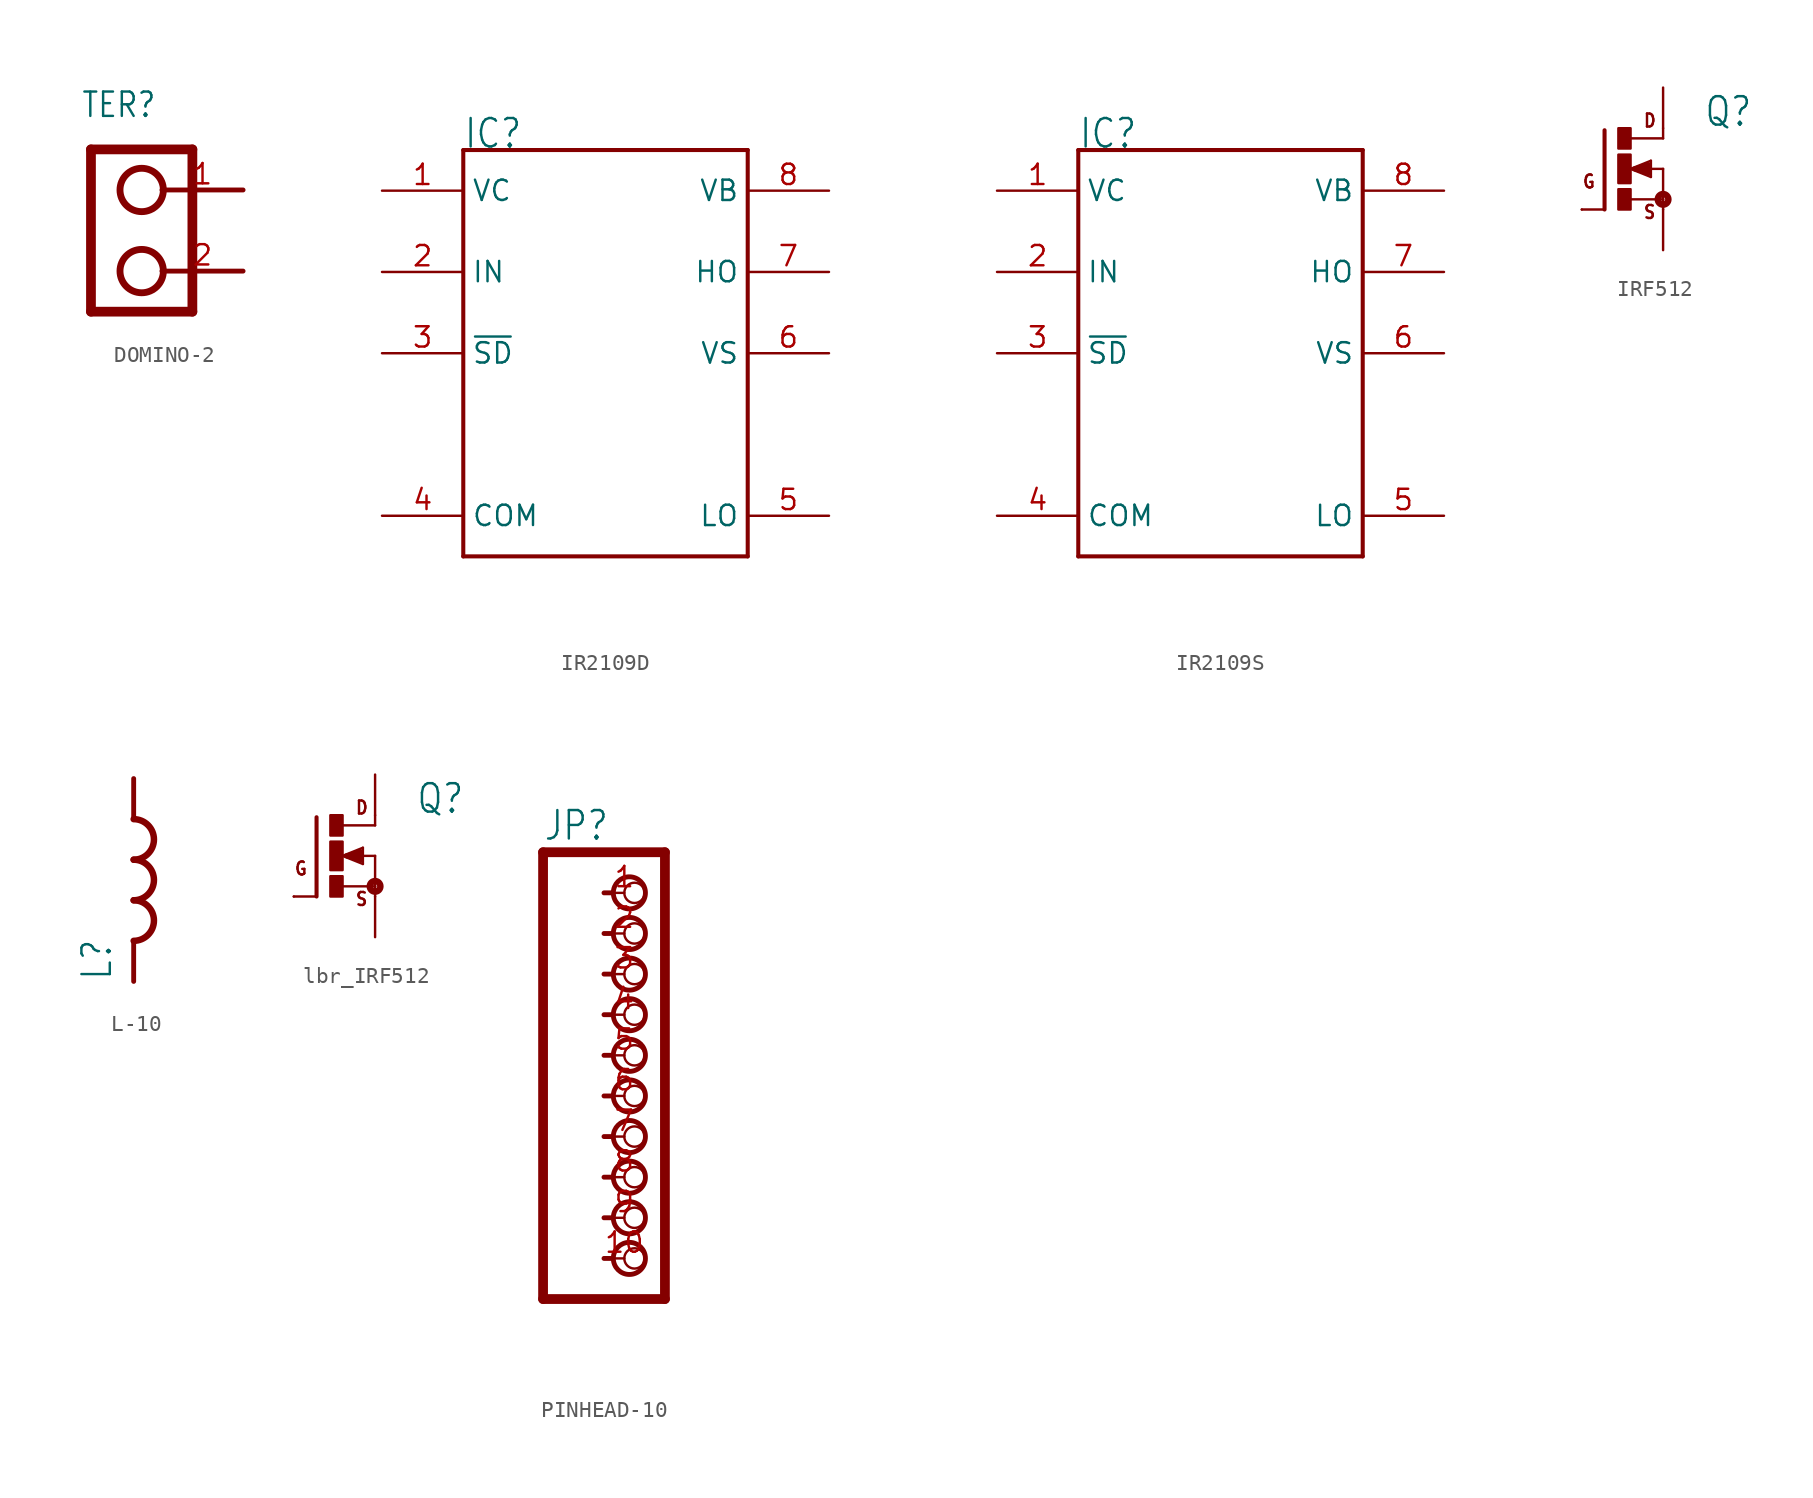
<source format=kicad_sym>
(kicad_symbol_lib
  (version 20220914)
  (generator kicad_symbol_editor)
  (symbol "DOMINO-2"
    (property "Reference" "TER"
      (at -2.54 6.985 0)
      (effects (font (size 1.524 1.295)) (justify left bottom)))
    (property "ki_locked" ""
      (at 0 0 0)
      (effects (font (size 1.27 1.27))))
    (symbol "DOMINO-2_1_0"
      (polyline (pts (xy -1.905 -5.08) (xy -1.905 5.08)) (stroke (width 0.61) (type solid)) (fill (type none)))
      (polyline (pts (xy -1.905 5.08) (xy 4.445 5.08)) (stroke (width 0.61) (type solid)) (fill (type none)))
      (polyline (pts (xy 4.445 -5.08) (xy -1.905 -5.08)) (stroke (width 0.61) (type solid)) (fill (type none)))
      (polyline (pts (xy 4.445 5.08) (xy 4.445 -5.08)) (stroke (width 0.61) (type solid)) (fill (type none)))
      (polyline (pts (xy 7.62 -2.54) (xy 2.54 -2.54)) (stroke (width 0.305) (type solid)) (fill (type none)))
      (polyline (pts (xy 7.62 2.54) (xy 2.54 2.54)) (stroke (width 0.305) (type solid)) (fill (type none)))
      (circle (center 1.27 -2.54) (radius 1.27) (stroke (width 0.254) (type solid)) (fill (type none)))
      (circle (center 1.27 -2.54) (radius 1.42) (stroke (width 0.305) (type solid)) (fill (type none)))
      (circle (center 1.27 2.54) (radius 1.27) (stroke (width 0.254) (type solid)) (fill (type none)))
      (circle (center 1.27 2.54) (radius 1.42) (stroke (width 0.305) (type solid)) (fill (type none)))
      (pin bidirectional line (at 7.62 2.54 180) (length 5.08) (name "1" (effects (font (size 0 0)))) (number "1" (effects (font (size 1.27 1.27)))))
      (pin bidirectional line (at 7.62 -2.54 180) (length 5.08) (name "2" (effects (font (size 0 0)))) (number "2" (effects (font (size 1.27 1.27)))))))
  (symbol "IR2109D"
    (property "Reference" "IC"
      (at -7.62 12.7 0)
      (effects (font (size 1.778 1.511)) (justify left bottom)))
    (property "Value" ""
      (at -7.62 -15.24 0)
      (effects (font (size 1.778 1.511)) (justify left bottom)))
    (property "ki_locked" ""
      (at 0 0 0)
      (effects (font (size 1.27 1.27))))
    (symbol "IR2109D_1_0"
      (polyline (pts (xy -7.62 -12.7) (xy -7.62 12.7)) (stroke (width 0.254) (type solid)) (fill (type none)))
      (polyline (pts (xy -7.62 12.7) (xy 10.16 12.7)) (stroke (width 0.254) (type solid)) (fill (type none)))
      (polyline (pts (xy 10.16 -12.7) (xy -7.62 -12.7)) (stroke (width 0.254) (type solid)) (fill (type none)))
      (polyline (pts (xy 10.16 12.7) (xy 10.16 -12.7)) (stroke (width 0.254) (type solid)) (fill (type none)))
      (pin power_in line (at -12.7 10.16 0) (length 5.08) (name "VC" (effects (font (size 1.27 1.27)))) (number "1" (effects (font (size 1.27 1.27)))))
      (pin input line (at -12.7 5.08 0) (length 5.08) (name "IN" (effects (font (size 1.27 1.27)))) (number "2" (effects (font (size 1.27 1.27)))))
      (pin input line (at -12.7 0 0) (length 5.08) (name "~{SD}" (effects (font (size 1.27 1.27)))) (number "3" (effects (font (size 1.27 1.27)))))
      (pin power_in line (at -12.7 -10.16 0) (length 5.08) (name "COM" (effects (font (size 1.27 1.27)))) (number "4" (effects (font (size 1.27 1.27)))))
      (pin output line (at 15.24 -10.16 180) (length 5.08) (name "LO" (effects (font (size 1.27 1.27)))) (number "5" (effects (font (size 1.27 1.27)))))
      (pin power_in line (at 15.24 0 180) (length 5.08) (name "VS" (effects (font (size 1.27 1.27)))) (number "6" (effects (font (size 1.27 1.27)))))
      (pin output line (at 15.24 5.08 180) (length 5.08) (name "HO" (effects (font (size 1.27 1.27)))) (number "7" (effects (font (size 1.27 1.27)))))
      (pin power_in line (at 15.24 10.16 180) (length 5.08) (name "VB" (effects (font (size 1.27 1.27)))) (number "8" (effects (font (size 1.27 1.27)))))))
  (symbol "IR2109S"
    (property "Reference" "IC"
      (at -7.62 12.7 0)
      (effects (font (size 1.778 1.511)) (justify left bottom)))
    (property "Value" ""
      (at -7.62 -15.24 0)
      (effects (font (size 1.778 1.511)) (justify left bottom)))
    (property "ki_locked" ""
      (at 0 0 0)
      (effects (font (size 1.27 1.27))))
    (symbol "IR2109S_1_0"
      (polyline (pts (xy -7.62 -12.7) (xy -7.62 12.7)) (stroke (width 0.254) (type solid)) (fill (type none)))
      (polyline (pts (xy -7.62 12.7) (xy 10.16 12.7)) (stroke (width 0.254) (type solid)) (fill (type none)))
      (polyline (pts (xy 10.16 -12.7) (xy -7.62 -12.7)) (stroke (width 0.254) (type solid)) (fill (type none)))
      (polyline (pts (xy 10.16 12.7) (xy 10.16 -12.7)) (stroke (width 0.254) (type solid)) (fill (type none)))
      (pin power_in line (at -12.7 10.16 0) (length 5.08) (name "VC" (effects (font (size 1.27 1.27)))) (number "1" (effects (font (size 1.27 1.27)))))
      (pin input line (at -12.7 5.08 0) (length 5.08) (name "IN" (effects (font (size 1.27 1.27)))) (number "2" (effects (font (size 1.27 1.27)))))
      (pin input line (at -12.7 0 0) (length 5.08) (name "~{SD}" (effects (font (size 1.27 1.27)))) (number "3" (effects (font (size 1.27 1.27)))))
      (pin power_in line (at -12.7 -10.16 0) (length 5.08) (name "COM" (effects (font (size 1.27 1.27)))) (number "4" (effects (font (size 1.27 1.27)))))
      (pin output line (at 15.24 -10.16 180) (length 5.08) (name "LO" (effects (font (size 1.27 1.27)))) (number "5" (effects (font (size 1.27 1.27)))))
      (pin power_in line (at 15.24 0 180) (length 5.08) (name "VS" (effects (font (size 1.27 1.27)))) (number "6" (effects (font (size 1.27 1.27)))))
      (pin output line (at 15.24 5.08 180) (length 5.08) (name "HO" (effects (font (size 1.27 1.27)))) (number "7" (effects (font (size 1.27 1.27)))))
      (pin power_in line (at 15.24 10.16 180) (length 5.08) (name "VB" (effects (font (size 1.27 1.27)))) (number "8" (effects (font (size 1.27 1.27)))))))
  (symbol "IRF512"
    (property "Reference" "Q"
      (at 5.08 2.54 0)
      (effects (font (size 1.778 1.511)) (justify left bottom)))
    (property "Value" ""
      (at 5.08 0 0)
      (effects (font (size 1.778 1.511)) (justify left bottom)))
    (property "ki_locked" ""
      (at 0 0 0)
      (effects (font (size 1.27 1.27))))
    (symbol "IRF512_1_0"
      (rectangle (start -0.254 -2.54) (end 0.508 -1.27) (stroke (width 0) (type default)) (fill (type outline)))
      (rectangle (start -0.254 -0.889) (end 0.508 0.889) (stroke (width 0) (type default)) (fill (type outline)))
      (rectangle (start -0.254 1.27) (end 0.508 2.54) (stroke (width 0) (type default)) (fill (type outline)))
      (polyline (pts (xy -1.118 -2.54) (xy -2.54 -2.54)) (stroke (width 0.152) (type solid)) (fill (type none)))
      (polyline (pts (xy -1.118 2.413) (xy -1.118 -2.54)) (stroke (width 0.254) (type solid)) (fill (type none)))
      (polyline (pts (xy 0.508 -1.905) (xy 2.54 -1.905)) (stroke (width 0.152) (type solid)) (fill (type none)))
      (polyline (pts (xy 0.508 0) (xy 1.778 -0.508)) (stroke (width 0.152) (type solid)) (fill (type none)))
      (polyline (pts (xy 0.762 0) (xy 1.651 -0.254)) (stroke (width 0.305) (type solid)) (fill (type none)))
      (polyline (pts (xy 1.651 -0.254) (xy 1.651 0)) (stroke (width 0.305) (type solid)) (fill (type none)))
      (polyline (pts (xy 1.651 0) (xy 1.397 0)) (stroke (width 0.305) (type solid)) (fill (type none)))
      (polyline (pts (xy 1.651 0) (xy 2.54 0)) (stroke (width 0.152) (type solid)) (fill (type none)))
      (polyline (pts (xy 1.651 0.254) (xy 0.762 0)) (stroke (width 0.305) (type solid)) (fill (type none)))
      (polyline (pts (xy 1.778 -0.508) (xy 1.778 0.508)) (stroke (width 0.152) (type solid)) (fill (type none)))
      (polyline (pts (xy 1.778 0.508) (xy 0.508 0)) (stroke (width 0.152) (type solid)) (fill (type none)))
      (polyline (pts (xy 2.54 -1.905) (xy 2.54 -2.54)) (stroke (width 0.152) (type solid)) (fill (type none)))
      (polyline (pts (xy 2.54 0) (xy 2.54 -1.905)) (stroke (width 0.152) (type solid)) (fill (type none)))
      (polyline (pts (xy 2.54 1.905) (xy 0.533 1.905)) (stroke (width 0.152) (type solid)) (fill (type none)))
      (polyline (pts (xy 2.54 2.54) (xy 2.54 1.905)) (stroke (width 0.152) (type solid)) (fill (type none)))
      (circle (center 2.54 -1.905) (radius 0.127) (stroke (width 0.406) (type solid)) (fill (type none)))
      (text "D" (at 1.27 2.54 0) (effects (font (size 0.813 0.691)) (justify left bottom)))
      (text "G" (at -2.54 -1.27 0) (effects (font (size 0.813 0.691)) (justify left bottom)))
      (text "S" (at 1.27 -3.175 0) (effects (font (size 0.813 0.691)) (justify left bottom)))
      (pin passive line (at 2.54 5.08 270) (length 2.54) (name "D" (effects (font (size 0 0)))) (number "D" (effects (font (size 0 0)))))
      (pin passive line (at -2.54 -2.54 0) (length 0) (name "G" (effects (font (size 0 0)))) (number "G" (effects (font (size 0 0)))))
      (pin passive line (at 2.54 -5.08 90) (length 2.54) (name "S" (effects (font (size 0 0)))) (number "S" (effects (font (size 0 0)))))))
  (symbol "L-10"
    (property "Reference" "L"
      (at -1.27 -5.08 90)
      (effects (font (size 1.778 1.511)) (justify left bottom)))
    (property "Value" ""
      (at 3.81 -5.08 90)
      (effects (font (size 1.778 1.511)) (justify left bottom)))
    (property "ki_locked" ""
      (at 0 0 0)
      (effects (font (size 1.27 1.27))))
    (symbol "L-10_1_0"
      (arc (start 0 -2.54) (mid 1.27 -1.27) (end 0 0) (stroke (width 0.3048) (type solid)) (fill (type none)))
      (arc (start 0 -2.54) (mid 1.27 -1.27) (end 0 0) (stroke (width 0.4064) (type solid)) (fill (type none)))
      (arc (start 0 -2.54) (mid 0.898 -2.168) (end 1.27 -1.27) (stroke (width 0.254) (type solid)) (fill (type none)))
      (polyline (pts (xy 0 -2.54) (xy 0 -5.08)) (stroke (width 0.305) (type solid)) (fill (type none)))
      (polyline (pts (xy 0 7.62) (xy 0 5.08)) (stroke (width 0.305) (type solid)) (fill (type none)))
      (arc (start 0 0) (mid 1.27 1.27) (end 0 2.54) (stroke (width 0.3048) (type solid)) (fill (type none)))
      (arc (start 0 0) (mid 1.27 1.27) (end 0 2.54) (stroke (width 0.4064) (type solid)) (fill (type none)))
      (arc (start 0 0) (mid 0.898 0.372) (end 1.27 1.27) (stroke (width 0.254) (type solid)) (fill (type none)))
      (arc (start 0 2.54) (mid 1.27 3.81) (end 0 5.08) (stroke (width 0.3048) (type solid)) (fill (type none)))
      (arc (start 0 2.54) (mid 1.27 3.81) (end 0 5.08) (stroke (width 0.4064) (type solid)) (fill (type none)))
      (arc (start 0 2.54) (mid 0.898 2.912) (end 1.27 3.81) (stroke (width 0.254) (type solid)) (fill (type none)))
      (arc (start 1.27 -1.27) (mid 0.898 -0.372) (end 0 0) (stroke (width 0.254) (type solid)) (fill (type none)))
      (arc (start 1.27 1.27) (mid 0.898 2.168) (end 0 2.54) (stroke (width 0.254) (type solid)) (fill (type none)))
      (arc (start 1.27 3.81) (mid 0.898 4.708) (end 0 5.08) (stroke (width 0.254) (type solid)) (fill (type none)))
      (pin passive line (at 0 7.62 270) (length 2.54) (name "1" (effects (font (size 0 0)))) (number "1" (effects (font (size 0 0)))))
      (pin passive line (at 0 -5.08 90) (length 2.54) (name "2" (effects (font (size 0 0)))) (number "2" (effects (font (size 0 0)))))))
  (symbol "lbr_IRF512"
    (property "Reference" "Q"
      (at 5.08 2.54 0)
      (effects (font (size 1.778 1.511)) (justify left bottom)))
    (property "Value" ""
      (at 5.08 0 0)
      (effects (font (size 1.778 1.511)) (justify left bottom)))
    (property "ki_locked" ""
      (at 0 0 0)
      (effects (font (size 1.27 1.27))))
    (symbol "lbr_IRF512_1_0"
      (rectangle (start -0.254 -2.54) (end 0.508 -1.27) (stroke (width 0) (type default)) (fill (type outline)))
      (rectangle (start -0.254 -0.889) (end 0.508 0.889) (stroke (width 0) (type default)) (fill (type outline)))
      (rectangle (start -0.254 1.27) (end 0.508 2.54) (stroke (width 0) (type default)) (fill (type outline)))
      (polyline (pts (xy -1.118 -2.54) (xy -2.54 -2.54)) (stroke (width 0.152) (type solid)) (fill (type none)))
      (polyline (pts (xy -1.118 2.413) (xy -1.118 -2.54)) (stroke (width 0.254) (type solid)) (fill (type none)))
      (polyline (pts (xy 0.508 -1.905) (xy 2.54 -1.905)) (stroke (width 0.152) (type solid)) (fill (type none)))
      (polyline (pts (xy 0.508 0) (xy 1.778 -0.508)) (stroke (width 0.152) (type solid)) (fill (type none)))
      (polyline (pts (xy 0.762 0) (xy 1.651 -0.254)) (stroke (width 0.305) (type solid)) (fill (type none)))
      (polyline (pts (xy 1.651 -0.254) (xy 1.651 0)) (stroke (width 0.305) (type solid)) (fill (type none)))
      (polyline (pts (xy 1.651 0) (xy 1.397 0)) (stroke (width 0.305) (type solid)) (fill (type none)))
      (polyline (pts (xy 1.651 0) (xy 2.54 0)) (stroke (width 0.152) (type solid)) (fill (type none)))
      (polyline (pts (xy 1.651 0.254) (xy 0.762 0)) (stroke (width 0.305) (type solid)) (fill (type none)))
      (polyline (pts (xy 1.778 -0.508) (xy 1.778 0.508)) (stroke (width 0.152) (type solid)) (fill (type none)))
      (polyline (pts (xy 1.778 0.508) (xy 0.508 0)) (stroke (width 0.152) (type solid)) (fill (type none)))
      (polyline (pts (xy 2.54 -1.905) (xy 2.54 -2.54)) (stroke (width 0.152) (type solid)) (fill (type none)))
      (polyline (pts (xy 2.54 0) (xy 2.54 -1.905)) (stroke (width 0.152) (type solid)) (fill (type none)))
      (polyline (pts (xy 2.54 1.905) (xy 0.533 1.905)) (stroke (width 0.152) (type solid)) (fill (type none)))
      (polyline (pts (xy 2.54 2.54) (xy 2.54 1.905)) (stroke (width 0.152) (type solid)) (fill (type none)))
      (circle (center 2.54 -1.905) (radius 0.127) (stroke (width 0.406) (type solid)) (fill (type none)))
      (text "D" (at 1.27 2.54 0) (effects (font (size 0.813 0.691)) (justify left bottom)))
      (text "G" (at -2.54 -1.27 0) (effects (font (size 0.813 0.691)) (justify left bottom)))
      (text "S" (at 1.27 -3.175 0) (effects (font (size 0.813 0.691)) (justify left bottom)))
      (pin passive line (at 2.54 5.08 270) (length 2.54) (name "D" (effects (font (size 0 0)))) (number "D" (effects (font (size 0 0)))))
      (pin passive line (at -2.54 -2.54 0) (length 0) (name "G" (effects (font (size 0 0)))) (number "G" (effects (font (size 0 0)))))
      (pin passive line (at 2.54 -5.08 90) (length 2.54) (name "S" (effects (font (size 0 0)))) (number "S" (effects (font (size 0 0)))))))
  (symbol "PINHEAD-10"
    (property "Reference" "JP"
      (at -6.35 13.335 0)
      (effects (font (size 1.778 1.511)) (justify left bottom)))
    (property "Value" ""
      (at -6.35 -17.78 0)
      (effects (font (size 1.778 1.511)) (justify left bottom)))
    (property "ki_locked" ""
      (at 0 0 0)
      (effects (font (size 1.27 1.27))))
    (symbol "PINHEAD-10_1_0"
      (circle (center -0.953 -12.7) (radius 1.004) (stroke (width 0.305) (type solid)) (fill (type none)))
      (circle (center -0.953 -10.16) (radius 1.004) (stroke (width 0.305) (type solid)) (fill (type none)))
      (circle (center -0.953 -7.62) (radius 1.004) (stroke (width 0.305) (type solid)) (fill (type none)))
      (circle (center -0.953 -5.08) (radius 1.004) (stroke (width 0.305) (type solid)) (fill (type none)))
      (circle (center -0.953 -2.54) (radius 1.004) (stroke (width 0.305) (type solid)) (fill (type none)))
      (circle (center -0.953 0) (radius 1.004) (stroke (width 0.305) (type solid)) (fill (type none)))
      (circle (center -0.953 2.54) (radius 1.004) (stroke (width 0.305) (type solid)) (fill (type none)))
      (circle (center -0.953 5.08) (radius 1.004) (stroke (width 0.305) (type solid)) (fill (type none)))
      (circle (center -0.953 7.62) (radius 1.004) (stroke (width 0.305) (type solid)) (fill (type none)))
      (circle (center -0.953 10.16) (radius 1.004) (stroke (width 0.305) (type solid)) (fill (type none)))
      (polyline (pts (xy -6.35 -15.24) (xy 1.27 -15.24)) (stroke (width 0.61) (type solid)) (fill (type none)))
      (polyline (pts (xy -6.35 12.7) (xy -6.35 -15.24)) (stroke (width 0.61) (type solid)) (fill (type none)))
      (polyline (pts (xy -2.54 -12.7) (xy -2.064 -12.7)) (stroke (width 0.305) (type solid)) (fill (type none)))
      (polyline (pts (xy -2.54 -10.16) (xy -2.064 -10.16)) (stroke (width 0.305) (type solid)) (fill (type none)))
      (polyline (pts (xy -2.54 -7.62) (xy -2.064 -7.62)) (stroke (width 0.305) (type solid)) (fill (type none)))
      (polyline (pts (xy -2.54 -5.08) (xy -2.064 -5.08)) (stroke (width 0.305) (type solid)) (fill (type none)))
      (polyline (pts (xy -2.54 -2.54) (xy -2.064 -2.54)) (stroke (width 0.305) (type solid)) (fill (type none)))
      (polyline (pts (xy -2.54 0) (xy -2.064 0)) (stroke (width 0.305) (type solid)) (fill (type none)))
      (polyline (pts (xy -2.54 2.54) (xy -2.064 2.54)) (stroke (width 0.305) (type solid)) (fill (type none)))
      (polyline (pts (xy -2.54 5.08) (xy -2.064 5.08)) (stroke (width 0.305) (type solid)) (fill (type none)))
      (polyline (pts (xy -2.54 7.62) (xy -2.064 7.62)) (stroke (width 0.305) (type solid)) (fill (type none)))
      (polyline (pts (xy -2.54 10.16) (xy -2.064 10.16)) (stroke (width 0.305) (type solid)) (fill (type none)))
      (polyline (pts (xy 1.27 -15.24) (xy 1.27 12.7)) (stroke (width 0.61) (type solid)) (fill (type none)))
      (polyline (pts (xy 1.27 12.7) (xy -6.35 12.7)) (stroke (width 0.61) (type solid)) (fill (type none)))
      (pin passive inverted (at -2.54 10.16 0) (length 2.54) (name "1" (effects (font (size 0 0)))) (number "1" (effects (font (size 1.27 1.27)))))
      (pin passive inverted (at -2.54 -12.7 0) (length 2.54) (name "10" (effects (font (size 0 0)))) (number "10" (effects (font (size 1.27 1.27)))))
      (pin passive inverted (at -2.54 7.62 0) (length 2.54) (name "2" (effects (font (size 0 0)))) (number "2" (effects (font (size 1.27 1.27)))))
      (pin passive inverted (at -2.54 5.08 0) (length 2.54) (name "3" (effects (font (size 0 0)))) (number "3" (effects (font (size 1.27 1.27)))))
      (pin passive inverted (at -2.54 2.54 0) (length 2.54) (name "4" (effects (font (size 0 0)))) (number "4" (effects (font (size 1.27 1.27)))))
      (pin passive inverted (at -2.54 0 0) (length 2.54) (name "5" (effects (font (size 0 0)))) (number "5" (effects (font (size 1.27 1.27)))))
      (pin passive inverted (at -2.54 -2.54 0) (length 2.54) (name "6" (effects (font (size 0 0)))) (number "6" (effects (font (size 1.27 1.27)))))
      (pin passive inverted (at -2.54 -5.08 0) (length 2.54) (name "7" (effects (font (size 0 0)))) (number "7" (effects (font (size 1.27 1.27)))))
      (pin passive inverted (at -2.54 -7.62 0) (length 2.54) (name "8" (effects (font (size 0 0)))) (number "8" (effects (font (size 1.27 1.27)))))
      (pin passive inverted (at -2.54 -10.16 0) (length 2.54) (name "9" (effects (font (size 0 0)))) (number "9" (effects (font (size 1.27 1.27))))))))
</source>
